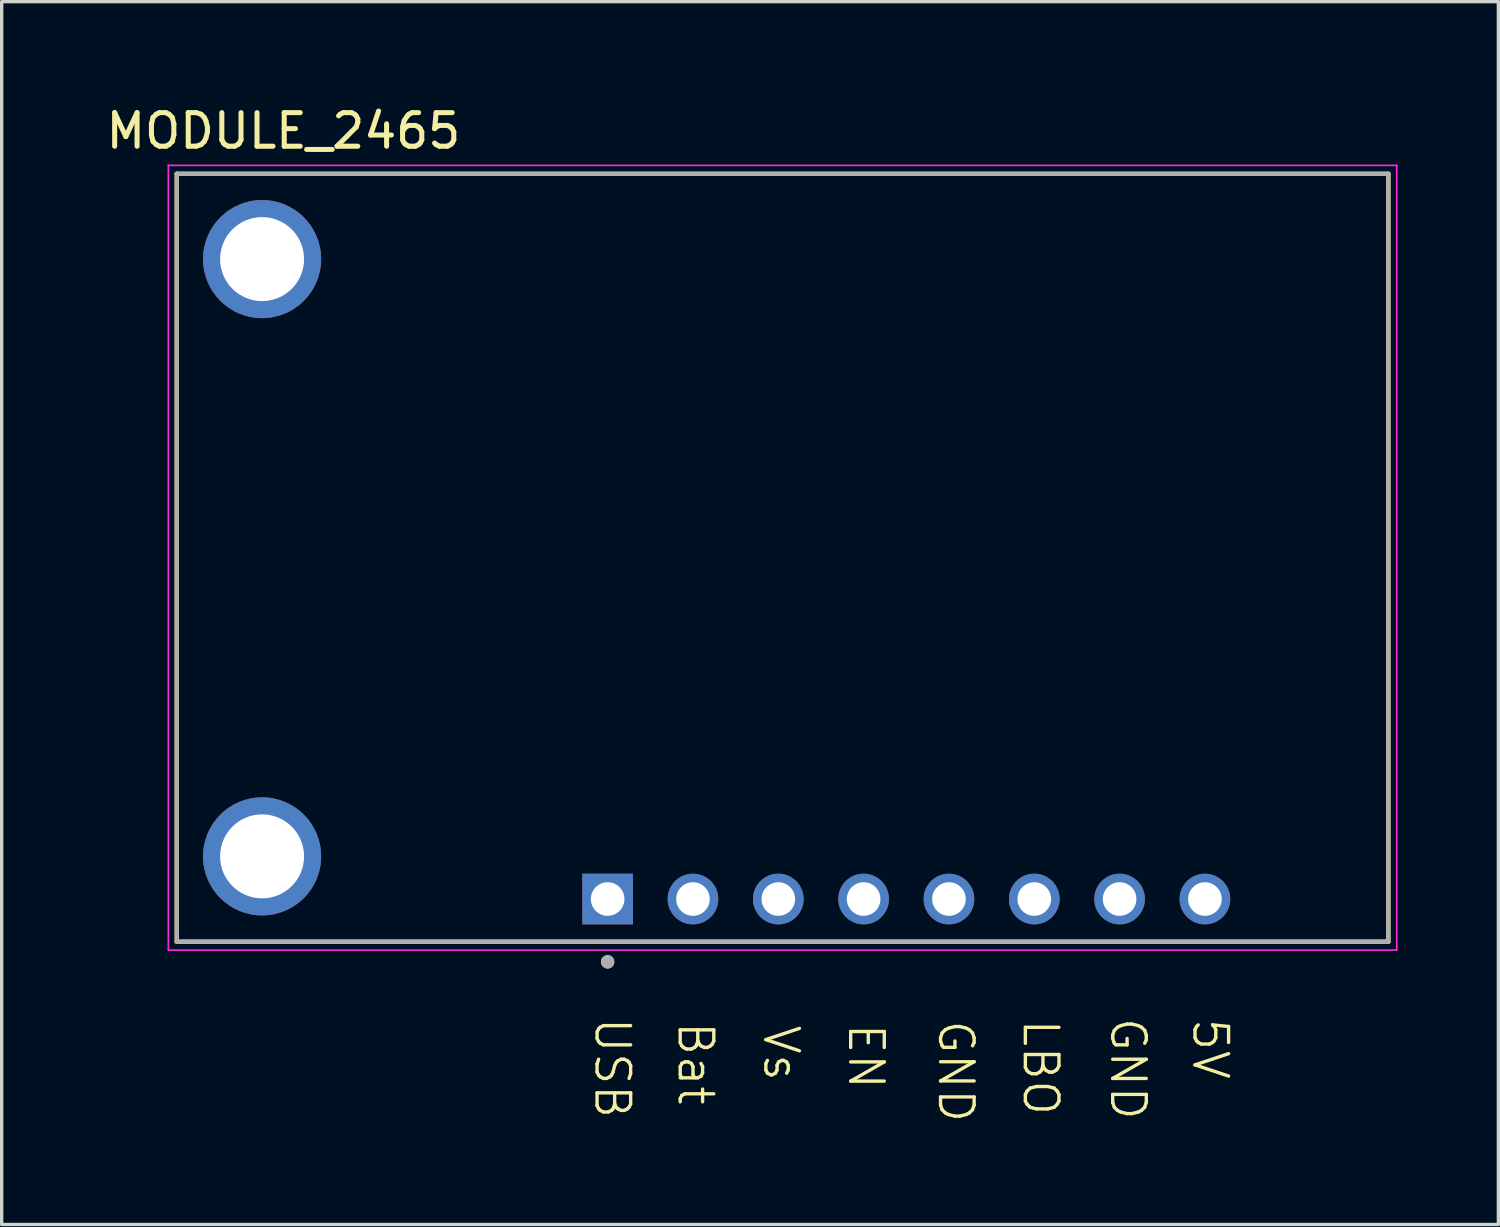
<source format=kicad_pcb>
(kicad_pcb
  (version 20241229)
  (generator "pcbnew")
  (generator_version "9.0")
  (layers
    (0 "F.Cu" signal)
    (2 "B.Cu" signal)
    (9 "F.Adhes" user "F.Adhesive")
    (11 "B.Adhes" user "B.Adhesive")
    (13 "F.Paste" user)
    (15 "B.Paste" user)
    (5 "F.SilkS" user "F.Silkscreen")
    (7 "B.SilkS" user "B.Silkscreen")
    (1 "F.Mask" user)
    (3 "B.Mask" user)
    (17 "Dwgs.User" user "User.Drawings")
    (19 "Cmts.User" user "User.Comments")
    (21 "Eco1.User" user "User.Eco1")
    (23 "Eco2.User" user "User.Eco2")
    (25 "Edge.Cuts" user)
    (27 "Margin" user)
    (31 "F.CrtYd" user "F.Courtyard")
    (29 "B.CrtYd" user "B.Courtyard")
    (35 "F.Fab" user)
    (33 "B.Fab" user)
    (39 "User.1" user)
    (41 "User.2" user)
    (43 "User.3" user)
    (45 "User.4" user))
  (footprint "MODULE_2465"
    (layer "F.Cu")
    (at 20.246 13.553)
    (property "Reference" "MODULE_2465" (at -14.859 -12.705 0) (layer "F.SilkS") (effects (font (size 1 1) (thickness 0.15))))
    (attr through_hole)
    (fp_line (start -18.034 -11.43) (end 18.034 -11.43) (stroke (width 0.127) (type solid)) (layer "F.SilkS"))
    (fp_line (start -18.034 11.43) (end -18.034 -11.43) (stroke (width 0.127) (type solid)) (layer "F.SilkS"))
    (fp_line (start 18.034 -11.43) (end 18.034 11.43) (stroke (width 0.127) (type solid)) (layer "F.SilkS"))
    (fp_line (start 18.034 11.43) (end -18.034 11.43) (stroke (width 0.127) (type solid)) (layer "F.SilkS"))
    (fp_circle (center -5.207 12.03) (end -5.107 12.03) (stroke (width 0.2) (type solid)) (fill no) (layer "F.SilkS"))
    (fp_line (start -18.284 -11.68) (end 18.284 -11.68) (stroke (width 0.05) (type solid)) (layer "F.CrtYd"))
    (fp_line (start -18.284 11.68) (end -18.284 -11.68) (stroke (width 0.05) (type solid)) (layer "F.CrtYd"))
    (fp_line (start 18.284 -11.68) (end 18.284 11.68) (stroke (width 0.05) (type solid)) (layer "F.CrtYd"))
    (fp_line (start 18.284 11.68) (end -18.284 11.68) (stroke (width 0.05) (type solid)) (layer "F.CrtYd"))
    (fp_line (start -18.034 -11.43) (end 18.034 -11.43) (stroke (width 0.127) (type solid)) (layer "F.Fab"))
    (fp_line (start -18.034 11.43) (end -18.034 -11.43) (stroke (width 0.127) (type solid)) (layer "F.Fab"))
    (fp_line (start 18.034 -11.43) (end 18.034 11.43) (stroke (width 0.127) (type solid)) (layer "F.Fab"))
    (fp_line (start 18.034 11.43) (end -18.034 11.43) (stroke (width 0.127) (type solid)) (layer "F.Fab"))
    (fp_circle (center -5.207 12.03) (end -5.107 12.03) (stroke (width 0.2) (type solid)) (fill no) (layer "F.Fab"))
    (fp_text user "USB" (at -5.65 13.625 270) (unlocked yes) (layer "F.SilkS") (effects (font (size 1 1) (thickness 0.1)) (justify left bottom)))
    (fp_text user "LBO" (at 7.1 13.675 270) (unlocked yes) (layer "F.SilkS") (effects (font (size 1 1) (thickness 0.1)) (justify left bottom)))
    (fp_text user "Bat" (at -3.175 13.75 270) (unlocked yes) (layer "F.SilkS") (effects (font (size 1 1) (thickness 0.1)) (justify left bottom)))
    (fp_text user "EN" (at 1.9 13.8 270) (unlocked yes) (layer "F.SilkS") (effects (font (size 1 1) (thickness 0.1)) (justify left bottom)))
    (fp_text user "5V" (at 12.15 13.65 270) (unlocked yes) (layer "F.SilkS") (effects (font (size 1 1) (thickness 0.1)) (justify left bottom)))
    (fp_text user "GND" (at 4.575 13.7 270) (unlocked yes) (layer "F.SilkS") (effects (font (size 1 1) (thickness 0.1)) (justify left bottom)))
    (fp_text user "GND" (at 9.7 13.625 270) (unlocked yes) (layer "F.SilkS") (effects (font (size 1 1) (thickness 0.1)) (justify left bottom)))
    (fp_text user "Vs" (at -0.625 13.85 270) (unlocked yes) (layer "F.SilkS") (effects (font (size 1 1) (thickness 0.1)) (justify left bottom)))
    (pad "1" thru_hole rect (at -5.207 10.16) (size 1.508 1.508) (drill 1) (layers "*.Cu" "*.Mask"))
    (pad "2" thru_hole circle (at -2.667 10.16) (size 1.508 1.508) (drill 1) (layers "*.Cu" "*.Mask"))
    (pad "3" thru_hole circle (at -0.127 10.16) (size 1.508 1.508) (drill 1) (layers "*.Cu" "*.Mask"))
    (pad "4" thru_hole circle (at 2.413 10.16) (size 1.508 1.508) (drill 1) (layers "*.Cu" "*.Mask"))
    (pad "5" thru_hole circle (at 4.953 10.16) (size 1.508 1.508) (drill 1) (layers "*.Cu" "*.Mask"))
    (pad "6" thru_hole circle (at 7.493 10.16) (size 1.508 1.508) (drill 1) (layers "*.Cu" "*.Mask"))
    (pad "7" thru_hole circle (at 10.033 10.16) (size 1.508 1.508) (drill 1) (layers "*.Cu" "*.Mask"))
    (pad "8" thru_hole circle (at 12.573 10.16) (size 1.508 1.508) (drill 1) (layers "*.Cu" "*.Mask"))
    (pad "P1" thru_hole circle (at -15.494 8.89) (size 3.516 3.516) (drill 2.5) (layers "*.Cu" "*.Mask"))
    (pad "P2" thru_hole circle (at -15.494 -8.89) (size 3.516 3.516) (drill 2.5) (layers "*.Cu" "*.Mask")))
  (gr_rect
    (start -3 -3)
    (end 41.555 33.401)
    (stroke (width 0.1) (type default))
    (fill no)
    (layer "Edge.Cuts")))
</source>
